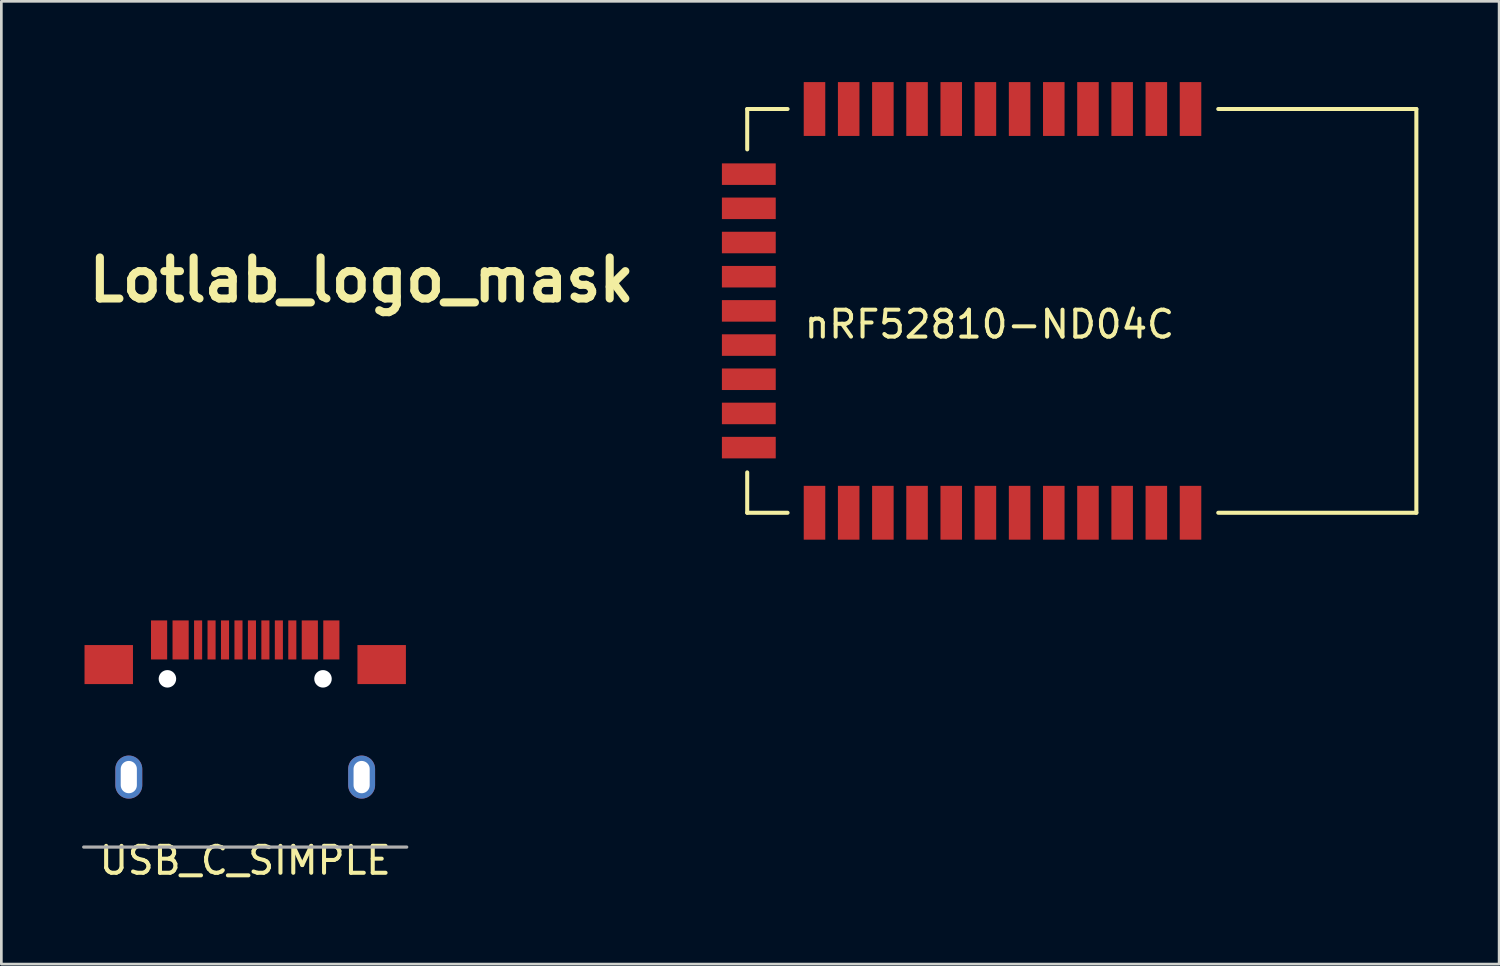
<source format=kicad_pcb>
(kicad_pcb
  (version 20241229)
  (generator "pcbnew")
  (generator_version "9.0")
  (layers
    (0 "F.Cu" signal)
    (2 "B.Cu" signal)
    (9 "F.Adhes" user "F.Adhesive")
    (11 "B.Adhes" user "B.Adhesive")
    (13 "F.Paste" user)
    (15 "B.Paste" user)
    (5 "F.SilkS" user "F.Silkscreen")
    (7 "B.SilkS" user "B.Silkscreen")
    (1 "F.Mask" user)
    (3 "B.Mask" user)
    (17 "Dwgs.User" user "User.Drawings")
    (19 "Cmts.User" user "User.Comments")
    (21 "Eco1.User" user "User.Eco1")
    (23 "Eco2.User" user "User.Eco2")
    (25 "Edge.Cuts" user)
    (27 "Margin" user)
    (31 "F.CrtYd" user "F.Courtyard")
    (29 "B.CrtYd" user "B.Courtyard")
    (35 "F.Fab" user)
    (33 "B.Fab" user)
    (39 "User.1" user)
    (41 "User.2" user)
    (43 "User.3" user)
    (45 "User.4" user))
  (footprint "USB_C_SIMPLE"
    (layer "F.Cu")
    (at 6.06 28.42)
    (property "Reference" "USB_C_SIMPLE" (at 0 0.5 0) (layer "F.SilkS") (effects (font (size 1 1) (thickness 0.15))))
    (attr through_hole)
    (fp_line (start -6 0) (end 6 0) (stroke (width 0.12) (type solid)) (layer "F.Fab"))
    (pad "" np_thru_hole circle (at -2.89 -6.25) (size 0.65 0.65) (drill 0.65) (layers "*.Cu" "*.Mask"))
    (pad "" np_thru_hole circle (at 2.89 -6.25) (size 0.65 0.65) (drill 0.65) (layers "*.Cu" "*.Mask"))
    (pad "A1" smd rect (at -3.2 -7.695) (size 0.6 1.45) (layers "F.Cu" "F.Mask" "F.Paste"))
    (pad "A4" smd rect (at -2.4 -7.695) (size 0.6 1.45) (layers "F.Cu" "F.Mask" "F.Paste"))
    (pad "A5" smd rect (at -1.25 -7.695) (size 0.3 1.45) (layers "F.Cu" "F.Mask" "F.Paste"))
    (pad "A6" smd rect (at -0.25 -7.695) (size 0.3 1.45) (layers "F.Cu" "F.Mask" "F.Paste"))
    (pad "A7" smd rect (at 0.25 -7.695) (size 0.3 1.45) (layers "F.Cu" "F.Mask" "F.Paste"))
    (pad "A8" smd rect (at 1.25 -7.695) (size 0.3 1.45) (layers "F.Cu" "F.Mask" "F.Paste"))
    (pad "A9" smd rect (at 2.4 -7.695) (size 0.6 1.45) (layers "F.Cu" "F.Mask" "F.Paste"))
    (pad "A12" smd rect (at 3.2 -7.695) (size 0.6 1.45) (layers "F.Cu" "F.Mask" "F.Paste"))
    (pad "B5" smd rect (at 1.75 -7.695) (size 0.3 1.45) (layers "F.Cu" "F.Mask" "F.Paste"))
    (pad "B6" smd rect (at 0.75 -7.695) (size 0.3 1.45) (layers "F.Cu" "F.Mask" "F.Paste"))
    (pad "B7" smd rect (at -0.75 -7.695) (size 0.3 1.45) (layers "F.Cu" "F.Mask" "F.Paste"))
    (pad "B8" smd rect (at -1.75 -7.695) (size 0.3 1.45) (layers "F.Cu" "F.Mask" "F.Paste"))
    (pad "S1" smd rect (at -5.07 -6.78) (size 1.8 1.45) (layers "F.Cu" "F.Mask" "F.Paste"))
    (pad "S1" thru_hole oval (at -4.325 -2.6) (size 1 1.6) (drill oval 0.6 1.2) (layers "*.Cu" "*.Mask"))
    (pad "S1" thru_hole oval (at 4.325 -2.6) (size 1 1.6) (drill oval 0.6 1.2) (layers "*.Cu" "*.Mask"))
    (pad "S1" smd rect (at 5.07 -6.78) (size 1.8 1.45) (layers "F.Cu" "F.Mask" "F.Paste")))
  (footprint "Lotlab_logo_mask"
    (layer "F.Cu")
    (at 10.385 7.35)
    (property "Reference" "Lotlab_logo_mask" (at 0 0 0) (layer "F.SilkS") (effects (font (size 1.524 1.524) (thickness 0.3))))
    (attr through_hole)
    (fp_poly (pts (xy 1.375 -6.265) (xy -3.535 -1.355) (xy 1.375 3.556) (xy 0.847 4.085) (xy 0.675 4.256) (xy 0.524 4.404) (xy 0.404 4.519) (xy 0.325 4.592) (xy 0.297 4.614) (xy 0.265 4.585) (xy 0.176 4.5) (xy 0.037 4.363) (xy -0.151 4.178) (xy -0.382 3.949) (xy -0.653 3.68) (xy -0.959 3.376) (xy -1.297 3.04) (xy -1.662 2.676) (xy -2.051 2.288) (xy -2.458 1.881) (xy -2.709 1.63) (xy -5.694 -1.355) (xy -2.699 -4.35) (xy 0.296 -7.345) (xy 1.375 -6.265)) (stroke (width 0.01) (type solid)) (fill yes) (layer "F.Mask"))
    (fp_poly (pts (xy -4.149 5.524) (xy -4.162 5.6) (xy -4.22 5.628) (xy -4.276 5.63) (xy -4.403 5.63) (xy -4.403 7.408) (xy -3.901 7.408) (xy -3.852 7.176) (xy -3.822 7.043) (xy -3.791 6.974) (xy -3.743 6.947) (xy -3.659 6.943) (xy -3.51 6.943) (xy -3.535 7.599) (xy -4.434 7.61) (xy -5.334 7.622) (xy -5.334 7.518) (xy -5.315 7.438) (xy -5.241 7.404) (xy -5.218 7.401) (xy -5.101 7.387) (xy -5.078 5.636) (xy -5.196 5.623) (xy -5.292 5.588) (xy -5.326 5.514) (xy -5.329 5.476) (xy -5.317 5.45) (xy -5.278 5.434) (xy -5.198 5.424) (xy -5.064 5.42) (xy -4.865 5.419) (xy -4.744 5.419) (xy -4.149 5.419) (xy -4.149 5.524)) (stroke (width 0.01) (type solid)) (fill yes) (layer "F.Mask"))
    (fp_poly (pts (xy 1.185 5.524) (xy 1.172 5.6) (xy 1.114 5.628) (xy 1.058 5.63) (xy 0.931 5.63) (xy 0.931 7.408) (xy 1.433 7.408) (xy 1.482 7.176) (xy 1.512 7.043) (xy 1.543 6.974) (xy 1.591 6.947) (xy 1.675 6.943) (xy 1.824 6.943) (xy 1.799 7.599) (xy 0.9 7.61) (xy 0 7.622) (xy 0 7.518) (xy 0.019 7.438) (xy 0.093 7.404) (xy 0.116 7.401) (xy 0.233 7.387) (xy 0.256 5.636) (xy 0.138 5.623) (xy 0.042 5.588) (xy 0.008 5.514) (xy 0.005 5.476) (xy 0.017 5.45) (xy 0.056 5.434) (xy 0.136 5.424) (xy 0.27 5.42) (xy 0.469 5.419) (xy 0.59 5.419) (xy 1.185 5.419) (xy 1.185 5.524)) (stroke (width 0.01) (type solid)) (fill yes) (layer "F.Mask"))
    (fp_poly (pts (xy -0.508 5.969) (xy -0.36 5.969) (xy -0.26 5.976) (xy -0.219 6.012) (xy -0.212 6.096) (xy -0.22 6.181) (xy -0.262 6.216) (xy -0.36 6.223) (xy -0.508 6.223) (xy -0.508 6.751) (xy -0.507 6.972) (xy -0.502 7.123) (xy -0.492 7.22) (xy -0.474 7.278) (xy -0.445 7.31) (xy -0.423 7.324) (xy -0.315 7.346) (xy -0.253 7.323) (xy -0.182 7.301) (xy -0.144 7.342) (xy -0.14 7.35) (xy -0.15 7.429) (xy -0.235 7.53) (xy -0.248 7.542) (xy -0.339 7.612) (xy -0.432 7.649) (xy -0.561 7.661) (xy -0.635 7.662) (xy -0.789 7.656) (xy -0.893 7.631) (xy -0.981 7.577) (xy -1.026 7.539) (xy -1.164 7.415) (xy -1.179 6.819) (xy -1.185 6.584) (xy -1.193 6.42) (xy -1.203 6.315) (xy -1.218 6.256) (xy -1.241 6.229) (xy -1.273 6.223) (xy -1.277 6.223) (xy -1.337 6.205) (xy -1.35 6.136) (xy -1.347 6.107) (xy -1.315 6.015) (xy -1.235 5.979) (xy -1.227 5.978) (xy -1.155 5.952) (xy -1.096 5.883) (xy -1.033 5.75) (xy -1.031 5.745) (xy -0.941 5.524) (xy -0.725 5.512) (xy -0.508 5.499) (xy -0.508 5.969)) (stroke (width 0.01) (type solid)) (fill yes) (layer "F.Mask"))
    (fp_poly (pts (xy -2.162 5.956) (xy -1.932 6.045) (xy -1.784 6.151) (xy -1.638 6.337) (xy -1.555 6.557) (xy -1.531 6.795) (xy -1.564 7.034) (xy -1.65 7.256) (xy -1.786 7.445) (xy -1.97 7.584) (xy -2.045 7.617) (xy -2.23 7.657) (xy -2.453 7.662) (xy -2.676 7.634) (xy -2.863 7.576) (xy -2.872 7.571) (xy -3.07 7.433) (xy -3.206 7.243) (xy -3.28 6.997) (xy -3.295 6.859) (xy -3.288 6.613) (xy -3.288 6.61) (xy -2.618 6.61) (xy -2.617 6.898) (xy -2.616 6.9) (xy -2.595 7.171) (xy -2.556 7.359) (xy -2.501 7.465) (xy -2.427 7.491) (xy -2.335 7.437) (xy -2.303 7.404) (xy -2.269 7.356) (xy -2.246 7.291) (xy -2.232 7.193) (xy -2.225 7.046) (xy -2.223 6.833) (xy -2.223 6.791) (xy -2.224 6.569) (xy -2.229 6.415) (xy -2.241 6.312) (xy -2.261 6.246) (xy -2.293 6.198) (xy -2.31 6.18) (xy -2.407 6.117) (xy -2.488 6.133) (xy -2.551 6.223) (xy -2.595 6.384) (xy -2.618 6.61) (xy -3.288 6.61) (xy -3.232 6.414) (xy -3.116 6.234) (xy -3.075 6.187) (xy -2.889 6.042) (xy -2.662 5.955) (xy -2.413 5.926) (xy -2.162 5.956)) (stroke (width 0.01) (type solid)) (fill yes) (layer "F.Mask"))
    (fp_poly (pts (xy 6.286 -1.355) (xy 5.747 -0.815) (xy 5.207 -0.276) (xy 4.253 -1.227) (xy 3.302 -0.275) (xy 2.351 0.677) (xy 2.805 1.133) (xy 2.963 1.294) (xy 3.097 1.436) (xy 3.197 1.547) (xy 3.252 1.616) (xy 3.26 1.631) (xy 3.231 1.671) (xy 3.154 1.758) (xy 3.04 1.88) (xy 2.901 2.026) (xy 2.749 2.182) (xy 2.595 2.337) (xy 2.452 2.48) (xy 2.33 2.597) (xy 2.243 2.678) (xy 2.201 2.709) (xy 2.201 2.709) (xy 2.168 2.68) (xy 2.08 2.596) (xy 1.943 2.462) (xy 1.761 2.282) (xy 1.539 2.063) (xy 1.282 1.808) (xy 0.995 1.523) (xy 0.684 1.213) (xy 0.352 0.882) (xy 0.201 0.73) (xy -0.138 0.391) (xy -0.458 0.069) (xy -0.755 -0.231) (xy -1.024 -0.504) (xy -1.26 -0.744) (xy -1.457 -0.948) (xy -1.612 -1.108) (xy -1.719 -1.222) (xy -1.772 -1.283) (xy -1.778 -1.291) (xy -1.761 -1.313) (xy 0.361 -1.313) (xy 0.804 -0.868) (xy 0.961 -0.712) (xy 1.097 -0.58) (xy 1.2 -0.482) (xy 1.26 -0.43) (xy 1.27 -0.423) (xy 1.304 -0.452) (xy 1.39 -0.534) (xy 1.522 -0.661) (xy 1.691 -0.827) (xy 1.891 -1.024) (xy 2.114 -1.246) (xy 2.234 -1.366) (xy 3.175 -2.308) (xy 2.72 -2.763) (xy 2.264 -3.217) (xy 1.312 -2.265) (xy 0.361 -1.313) (xy -1.761 -1.313) (xy -1.749 -1.328) (xy -1.665 -1.419) (xy -1.53 -1.56) (xy -1.35 -1.745) (xy -1.13 -1.971) (xy -0.874 -2.231) (xy -0.587 -2.52) (xy -0.275 -2.835) (xy 0.058 -3.169) (xy 0.244 -3.355) (xy 2.265 -5.376) (xy 6.286 -1.355)) (stroke (width 0.01) (type solid)) (fill yes) (layer "F.Mask"))
    (fp_poly (pts (xy 3.094 5.937) (xy 3.264 5.972) (xy 3.388 6.044) (xy 3.472 6.16) (xy 3.523 6.332) (xy 3.549 6.569) (xy 3.556 6.878) (xy 3.558 7.112) (xy 3.565 7.271) (xy 3.58 7.363) (xy 3.604 7.4) (xy 3.64 7.389) (xy 3.664 7.368) (xy 3.732 7.351) (xy 3.764 7.364) (xy 3.79 7.399) (xy 3.763 7.455) (xy 3.693 7.532) (xy 3.595 7.615) (xy 3.494 7.653) (xy 3.355 7.662) (xy 3.21 7.652) (xy 3.112 7.613) (xy 3.049 7.558) (xy 2.951 7.453) (xy 2.827 7.558) (xy 2.663 7.646) (xy 2.477 7.67) (xy 2.295 7.631) (xy 2.156 7.539) (xy 2.067 7.425) (xy 2.034 7.298) (xy 2.032 7.238) (xy 2.054 7.13) (xy 2.624 7.13) (xy 2.638 7.245) (xy 2.695 7.328) (xy 2.791 7.359) (xy 2.815 7.357) (xy 2.861 7.34) (xy 2.889 7.293) (xy 2.904 7.197) (xy 2.912 7.059) (xy 2.913 6.916) (xy 2.904 6.814) (xy 2.887 6.773) (xy 2.886 6.773) (xy 2.834 6.801) (xy 2.753 6.868) (xy 2.736 6.885) (xy 2.655 7.003) (xy 2.624 7.13) (xy 2.054 7.13) (xy 2.068 7.06) (xy 2.178 6.91) (xy 2.365 6.786) (xy 2.617 6.688) (xy 2.921 6.596) (xy 2.921 6.412) (xy 2.896 6.244) (xy 2.824 6.136) (xy 2.711 6.096) (xy 2.706 6.096) (xy 2.65 6.114) (xy 2.627 6.181) (xy 2.625 6.246) (xy 2.593 6.387) (xy 2.513 6.509) (xy 2.405 6.588) (xy 2.33 6.604) (xy 2.241 6.575) (xy 2.148 6.508) (xy 2.085 6.428) (xy 2.074 6.39) (xy 2.092 6.325) (xy 2.136 6.226) (xy 2.141 6.218) (xy 2.258 6.081) (xy 2.446 5.986) (xy 2.697 5.936) (xy 2.87 5.928) (xy 3.094 5.937)) (stroke (width 0.01) (type solid)) (fill yes) (layer "F.Mask"))
    (fp_poly (pts (xy 4.709 5.192) (xy 4.722 5.24) (xy 4.733 5.354) (xy 4.74 5.516) (xy 4.741 5.653) (xy 4.741 6.095) (xy 4.879 6.011) (xy 5.07 5.939) (xy 5.283 5.931) (xy 5.484 5.985) (xy 5.55 6.022) (xy 5.712 6.178) (xy 5.821 6.381) (xy 5.878 6.614) (xy 5.883 6.859) (xy 5.838 7.101) (xy 5.744 7.32) (xy 5.601 7.499) (xy 5.458 7.6) (xy 5.299 7.65) (xy 5.116 7.662) (xy 4.941 7.636) (xy 4.814 7.577) (xy 4.705 7.492) (xy 4.678 7.577) (xy 4.652 7.624) (xy 4.599 7.649) (xy 4.497 7.657) (xy 4.389 7.657) (xy 4.233 7.651) (xy 4.098 7.641) (xy 4.032 7.632) (xy 3.956 7.587) (xy 3.94 7.514) (xy 3.985 7.447) (xy 4.022 7.429) (xy 4.049 7.417) (xy 4.07 7.393) (xy 4.085 7.347) (xy 4.088 7.324) (xy 4.739 7.324) (xy 4.887 7.324) (xy 5.01 7.304) (xy 5.094 7.233) (xy 5.111 7.209) (xy 5.161 7.079) (xy 5.186 6.899) (xy 5.187 6.702) (xy 5.162 6.52) (xy 5.114 6.384) (xy 5.109 6.377) (xy 5.034 6.293) (xy 4.939 6.271) (xy 4.897 6.273) (xy 4.763 6.287) (xy 4.751 6.805) (xy 4.739 7.324) (xy 4.088 7.324) (xy 4.095 7.267) (xy 4.101 7.144) (xy 4.105 6.967) (xy 4.106 6.725) (xy 4.106 6.453) (xy 4.106 6.146) (xy 4.105 5.914) (xy 4.101 5.745) (xy 4.095 5.631) (xy 4.084 5.56) (xy 4.069 5.521) (xy 4.048 5.506) (xy 4.02 5.503) (xy 3.946 5.476) (xy 3.899 5.416) (xy 3.903 5.354) (xy 3.909 5.348) (xy 3.962 5.327) (xy 4.074 5.298) (xy 4.222 5.265) (xy 4.383 5.233) (xy 4.533 5.208) (xy 4.648 5.192) (xy 4.707 5.191) (xy 4.709 5.192)) (stroke (width 0.01) (type solid)) (fill yes) (layer "F.Mask")))
  (footprint "nRF52810-ND04C"
    (layer "F.Cu")
    (at 27.21 8.5)
    (property "Reference" "nRF52810-ND04C" (at 6.5 0.5 0) (layer "F.SilkS") (effects (font (size 1 1) (thickness 0.15))))
    (attr through_hole)
    (fp_line (start -2.5 -7.5) (end -2.5 -6) (stroke (width 0.15) (type solid)) (layer "F.SilkS"))
    (fp_line (start -2.5 7.5) (end -2.5 6) (stroke (width 0.15) (type solid)) (layer "F.SilkS"))
    (fp_line (start -1 -7.5) (end -2.5 -7.5) (stroke (width 0.15) (type solid)) (layer "F.SilkS"))
    (fp_line (start -1 7.5) (end -2.5 7.5) (stroke (width 0.15) (type solid)) (layer "F.SilkS"))
    (fp_line (start 15 -7.5) (end 22.36 -7.5) (stroke (width 0.15) (type solid)) (layer "F.SilkS"))
    (fp_line (start 22.36 -7.5) (end 22.36 7.5) (stroke (width 0.15) (type solid)) (layer "F.SilkS"))
    (fp_line (start 22.36 7.5) (end 15 7.5) (stroke (width 0.15) (type solid)) (layer "F.SilkS"))
    (pad "1" smd rect (at 13.97 -7.5) (size 0.8 2) (layers "F.Cu" "F.Mask" "F.Paste"))
    (pad "2" smd rect (at 12.7 -7.5) (size 0.8 2) (layers "F.Cu" "F.Mask" "F.Paste"))
    (pad "3" smd rect (at 11.43 -7.5) (size 0.8 2) (layers "F.Cu" "F.Mask" "F.Paste"))
    (pad "4" smd rect (at 10.16 -7.5) (size 0.8 2) (layers "F.Cu" "F.Mask" "F.Paste"))
    (pad "5" smd rect (at 8.89 -7.5) (size 0.8 2) (layers "F.Cu" "F.Mask" "F.Paste"))
    (pad "6" smd rect (at 7.62 -7.5) (size 0.8 2) (layers "F.Cu" "F.Mask" "F.Paste"))
    (pad "7" smd rect (at 6.35 -7.5) (size 0.8 2) (layers "F.Cu" "F.Mask" "F.Paste"))
    (pad "8" smd rect (at 5.08 -7.5) (size 0.8 2) (layers "F.Cu" "F.Mask" "F.Paste"))
    (pad "9" smd rect (at 3.81 -7.5) (size 0.8 2) (layers "F.Cu" "F.Mask" "F.Paste"))
    (pad "10" smd rect (at 2.54 -7.5) (size 0.8 2) (layers "F.Cu" "F.Mask" "F.Paste"))
    (pad "11" smd rect (at 1.27 -7.5) (size 0.8 2) (layers "F.Cu" "F.Mask" "F.Paste"))
    (pad "12" smd rect (at 0 -7.5) (size 0.8 2) (layers "F.Cu" "F.Mask" "F.Paste"))
    (pad "13" smd rect (at -2.44 -5.08 90) (size 0.8 2) (layers "F.Cu" "F.Mask" "F.Paste"))
    (pad "14" smd rect (at -2.44 -3.81 90) (size 0.8 2) (layers "F.Cu" "F.Mask" "F.Paste"))
    (pad "15" smd rect (at -2.44 -2.54 90) (size 0.8 2) (layers "F.Cu" "F.Mask" "F.Paste"))
    (pad "16" smd rect (at -2.44 -1.27 90) (size 0.8 2) (layers "F.Cu" "F.Mask" "F.Paste"))
    (pad "17" smd rect (at -2.44 0 90) (size 0.8 2) (layers "F.Cu" "F.Mask" "F.Paste"))
    (pad "18" smd rect (at -2.44 1.27 90) (size 0.8 2) (layers "F.Cu" "F.Mask" "F.Paste"))
    (pad "19" smd rect (at -2.44 2.54 90) (size 0.8 2) (layers "F.Cu" "F.Mask" "F.Paste"))
    (pad "20" smd rect (at -2.44 3.81 90) (size 0.8 2) (layers "F.Cu" "F.Mask" "F.Paste"))
    (pad "21" smd rect (at -2.44 5.08 90) (size 0.8 2) (layers "F.Cu" "F.Mask" "F.Paste"))
    (pad "22" smd rect (at 0 7.5) (size 0.8 2) (layers "F.Cu" "F.Mask" "F.Paste"))
    (pad "23" smd rect (at 1.27 7.5) (size 0.8 2) (layers "F.Cu" "F.Mask" "F.Paste"))
    (pad "24" smd rect (at 2.54 7.5) (size 0.8 2) (layers "F.Cu" "F.Mask" "F.Paste"))
    (pad "25" smd rect (at 3.81 7.5) (size 0.8 2) (layers "F.Cu" "F.Mask" "F.Paste"))
    (pad "26" smd rect (at 5.08 7.5) (size 0.8 2) (layers "F.Cu" "F.Mask" "F.Paste"))
    (pad "27" smd rect (at 6.35 7.5) (size 0.8 2) (layers "F.Cu" "F.Mask" "F.Paste"))
    (pad "28" smd rect (at 7.62 7.5) (size 0.8 2) (layers "F.Cu" "F.Mask" "F.Paste"))
    (pad "29" smd rect (at 8.89 7.5) (size 0.8 2) (layers "F.Cu" "F.Mask" "F.Paste"))
    (pad "30" smd rect (at 10.16 7.5) (size 0.8 2) (layers "F.Cu" "F.Mask" "F.Paste"))
    (pad "31" smd rect (at 11.43 7.5) (size 0.8 2) (layers "F.Cu" "F.Mask" "F.Paste"))
    (pad "32" smd rect (at 12.7 7.5) (size 0.8 2) (layers "F.Cu" "F.Mask" "F.Paste"))
    (pad "33" smd rect (at 13.97 7.5) (size 0.8 2) (layers "F.Cu" "F.Mask" "F.Paste")))
  (gr_rect
    (start -3 -3)
    (end 52.645 32.768)
    (stroke (width 0.1) (type default))
    (fill no)
    (layer "Edge.Cuts")))
</source>
